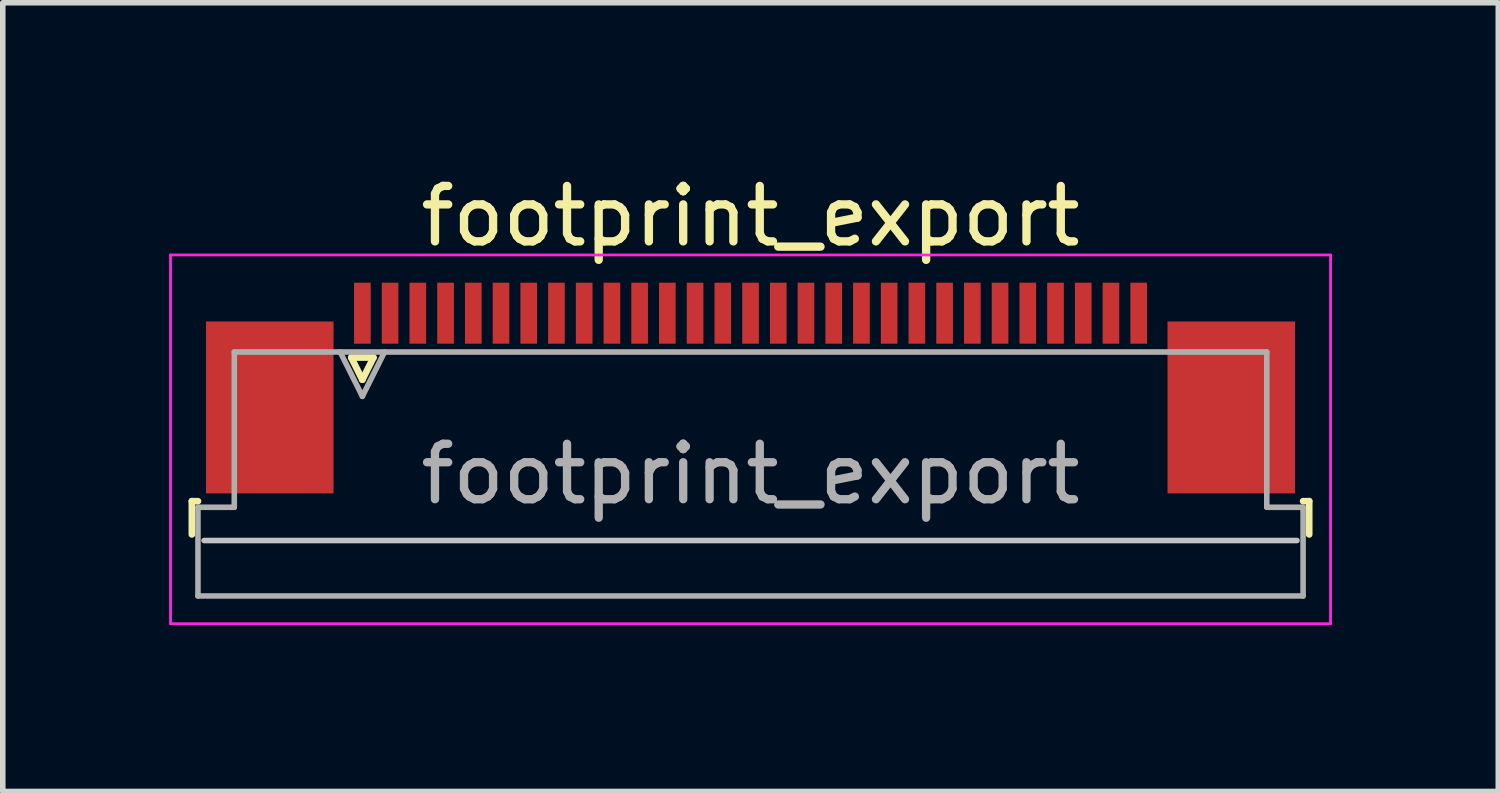
<source format=kicad_pcb>
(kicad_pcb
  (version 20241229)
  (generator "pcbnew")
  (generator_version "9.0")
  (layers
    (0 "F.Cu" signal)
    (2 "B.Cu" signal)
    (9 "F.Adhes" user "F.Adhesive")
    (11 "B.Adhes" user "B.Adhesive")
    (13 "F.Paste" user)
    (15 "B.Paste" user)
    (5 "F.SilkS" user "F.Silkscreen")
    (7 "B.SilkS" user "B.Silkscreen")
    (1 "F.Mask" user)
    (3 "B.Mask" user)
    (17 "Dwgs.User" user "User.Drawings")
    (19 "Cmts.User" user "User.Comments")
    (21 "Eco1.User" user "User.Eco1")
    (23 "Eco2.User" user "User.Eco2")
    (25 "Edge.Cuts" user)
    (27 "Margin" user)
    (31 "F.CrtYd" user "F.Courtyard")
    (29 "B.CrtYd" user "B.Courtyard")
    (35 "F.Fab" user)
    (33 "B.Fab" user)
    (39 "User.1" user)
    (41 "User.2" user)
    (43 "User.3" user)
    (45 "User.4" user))
  (footprint "footprint_export"
    (layer "F.Cu")
    (at 10.485 3.948)
    (property "Reference" "footprint_export" (at 0 -3.1 0) (layer "F.SilkS") (effects (font (size 1 1) (thickness 0.15))))
    (attr smd)
    (fp_line (start -10.075 2.04) (end -10.075 2.64) (stroke (width 0.12) (type solid)) (layer "F.SilkS"))
    (fp_line (start -9.965 2.04) (end -10.075 2.04) (stroke (width 0.12) (type solid)) (layer "F.SilkS"))
    (fp_line (start -7.2 -0.55) (end -7 -0.15) (stroke (width 0.12) (type solid)) (layer "F.SilkS"))
    (fp_line (start -7 -0.15) (end -6.8 -0.55) (stroke (width 0.12) (type solid)) (layer "F.SilkS"))
    (fp_line (start -6.8 -0.55) (end -7.2 -0.55) (stroke (width 0.12) (type solid)) (layer "F.SilkS"))
    (fp_line (start 9.965 2.04) (end 10.075 2.04) (stroke (width 0.12) (type solid)) (layer "F.SilkS"))
    (fp_line (start 10.075 2.04) (end 10.075 2.64) (stroke (width 0.12) (type solid)) (layer "F.SilkS"))
    (fp_line (start 9.855 2.75) (end -9.855 2.75) (stroke (width 0.1) (type solid)) (layer "Dwgs.User"))
    (fp_line (start -10.46 -2.4) (end -10.46 4.25) (stroke (width 0.05) (type solid)) (layer "F.CrtYd"))
    (fp_line (start -10.46 4.25) (end 10.46 4.25) (stroke (width 0.05) (type solid)) (layer "F.CrtYd"))
    (fp_line (start 10.46 -2.4) (end -10.46 -2.4) (stroke (width 0.05) (type solid)) (layer "F.CrtYd"))
    (fp_line (start 10.46 4.25) (end 10.46 -2.4) (stroke (width 0.05) (type solid)) (layer "F.CrtYd"))
    (fp_line (start -9.965 2.15) (end -9.31 2.15) (stroke (width 0.1) (type solid)) (layer "F.Fab"))
    (fp_line (start -9.965 3.75) (end -9.965 2.15) (stroke (width 0.1) (type solid)) (layer "F.Fab"))
    (fp_line (start -9.31 -0.65) (end 9.31 -0.65) (stroke (width 0.1) (type solid)) (layer "F.Fab"))
    (fp_line (start -9.31 2.15) (end -9.31 -0.65) (stroke (width 0.1) (type solid)) (layer "F.Fab"))
    (fp_line (start -7.4 -0.65) (end -7 0.15) (stroke (width 0.1) (type solid)) (layer "F.Fab"))
    (fp_line (start -7 0.15) (end -6.6 -0.65) (stroke (width 0.1) (type solid)) (layer "F.Fab"))
    (fp_line (start 9.31 -0.65) (end 9.31 2.15) (stroke (width 0.1) (type solid)) (layer "F.Fab"))
    (fp_line (start 9.31 2.15) (end 9.965 2.15) (stroke (width 0.1) (type solid)) (layer "F.Fab"))
    (fp_line (start 9.965 2.15) (end 9.965 3.75) (stroke (width 0.1) (type solid)) (layer "F.Fab"))
    (fp_line (start 9.965 3.75) (end -9.965 3.75) (stroke (width 0.1) (type solid)) (layer "F.Fab"))
    (fp_text user "${REFERENCE}" (at 0 1.55 0) (layer "F.Fab") (effects (font (size 1 1) (thickness 0.15))))
    (pad "1" smd rect (at -7 -1.35) (size 0.3 1.1) (layers "F.Cu" "F.Mask" "F.Paste"))
    (pad "2" smd rect (at -6.5 -1.35) (size 0.3 1.1) (layers "F.Cu" "F.Mask" "F.Paste"))
    (pad "3" smd rect (at -6 -1.35) (size 0.3 1.1) (layers "F.Cu" "F.Mask" "F.Paste"))
    (pad "4" smd rect (at -5.5 -1.35) (size 0.3 1.1) (layers "F.Cu" "F.Mask" "F.Paste"))
    (pad "5" smd rect (at -5 -1.35) (size 0.3 1.1) (layers "F.Cu" "F.Mask" "F.Paste"))
    (pad "6" smd rect (at -4.5 -1.35) (size 0.3 1.1) (layers "F.Cu" "F.Mask" "F.Paste"))
    (pad "7" smd rect (at -4 -1.35) (size 0.3 1.1) (layers "F.Cu" "F.Mask" "F.Paste"))
    (pad "8" smd rect (at -3.5 -1.35) (size 0.3 1.1) (layers "F.Cu" "F.Mask" "F.Paste"))
    (pad "9" smd rect (at -3 -1.35) (size 0.3 1.1) (layers "F.Cu" "F.Mask" "F.Paste"))
    (pad "10" smd rect (at -2.5 -1.35) (size 0.3 1.1) (layers "F.Cu" "F.Mask" "F.Paste"))
    (pad "11" smd rect (at -2 -1.35) (size 0.3 1.1) (layers "F.Cu" "F.Mask" "F.Paste"))
    (pad "12" smd rect (at -1.5 -1.35) (size 0.3 1.1) (layers "F.Cu" "F.Mask" "F.Paste"))
    (pad "13" smd rect (at -1 -1.35) (size 0.3 1.1) (layers "F.Cu" "F.Mask" "F.Paste"))
    (pad "14" smd rect (at -0.5 -1.35) (size 0.3 1.1) (layers "F.Cu" "F.Mask" "F.Paste"))
    (pad "15" smd rect (at 0 -1.35) (size 0.3 1.1) (layers "F.Cu" "F.Mask" "F.Paste"))
    (pad "16" smd rect (at 0.5 -1.35) (size 0.3 1.1) (layers "F.Cu" "F.Mask" "F.Paste"))
    (pad "17" smd rect (at 1 -1.35) (size 0.3 1.1) (layers "F.Cu" "F.Mask" "F.Paste"))
    (pad "18" smd rect (at 1.5 -1.35) (size 0.3 1.1) (layers "F.Cu" "F.Mask" "F.Paste"))
    (pad "19" smd rect (at 2 -1.35) (size 0.3 1.1) (layers "F.Cu" "F.Mask" "F.Paste"))
    (pad "20" smd rect (at 2.5 -1.35) (size 0.3 1.1) (layers "F.Cu" "F.Mask" "F.Paste"))
    (pad "21" smd rect (at 3 -1.35) (size 0.3 1.1) (layers "F.Cu" "F.Mask" "F.Paste"))
    (pad "22" smd rect (at 3.5 -1.35) (size 0.3 1.1) (layers "F.Cu" "F.Mask" "F.Paste"))
    (pad "23" smd rect (at 4 -1.35) (size 0.3 1.1) (layers "F.Cu" "F.Mask" "F.Paste"))
    (pad "24" smd rect (at 4.5 -1.35) (size 0.3 1.1) (layers "F.Cu" "F.Mask" "F.Paste"))
    (pad "25" smd rect (at 5 -1.35) (size 0.3 1.1) (layers "F.Cu" "F.Mask" "F.Paste"))
    (pad "26" smd rect (at 5.5 -1.35) (size 0.3 1.1) (layers "F.Cu" "F.Mask" "F.Paste"))
    (pad "27" smd rect (at 6 -1.35) (size 0.3 1.1) (layers "F.Cu" "F.Mask" "F.Paste"))
    (pad "28" smd rect (at 6.5 -1.35) (size 0.3 1.1) (layers "F.Cu" "F.Mask" "F.Paste"))
    (pad "29" smd rect (at 7 -1.35) (size 0.3 1.1) (layers "F.Cu" "F.Mask" "F.Paste"))
    (pad "MP" smd rect (at -8.67 0.35) (size 2.3 3.1) (layers "F.Cu" "F.Mask" "F.Paste"))
    (pad "MP" smd rect (at 8.67 0.35) (size 2.3 3.1) (layers "F.Cu" "F.Mask" "F.Paste")))
  (gr_rect
    (start -3 -3)
    (end 23.97 11.223)
    (stroke (width 0.1) (type default))
    (fill no)
    (layer "Edge.Cuts")))
</source>
